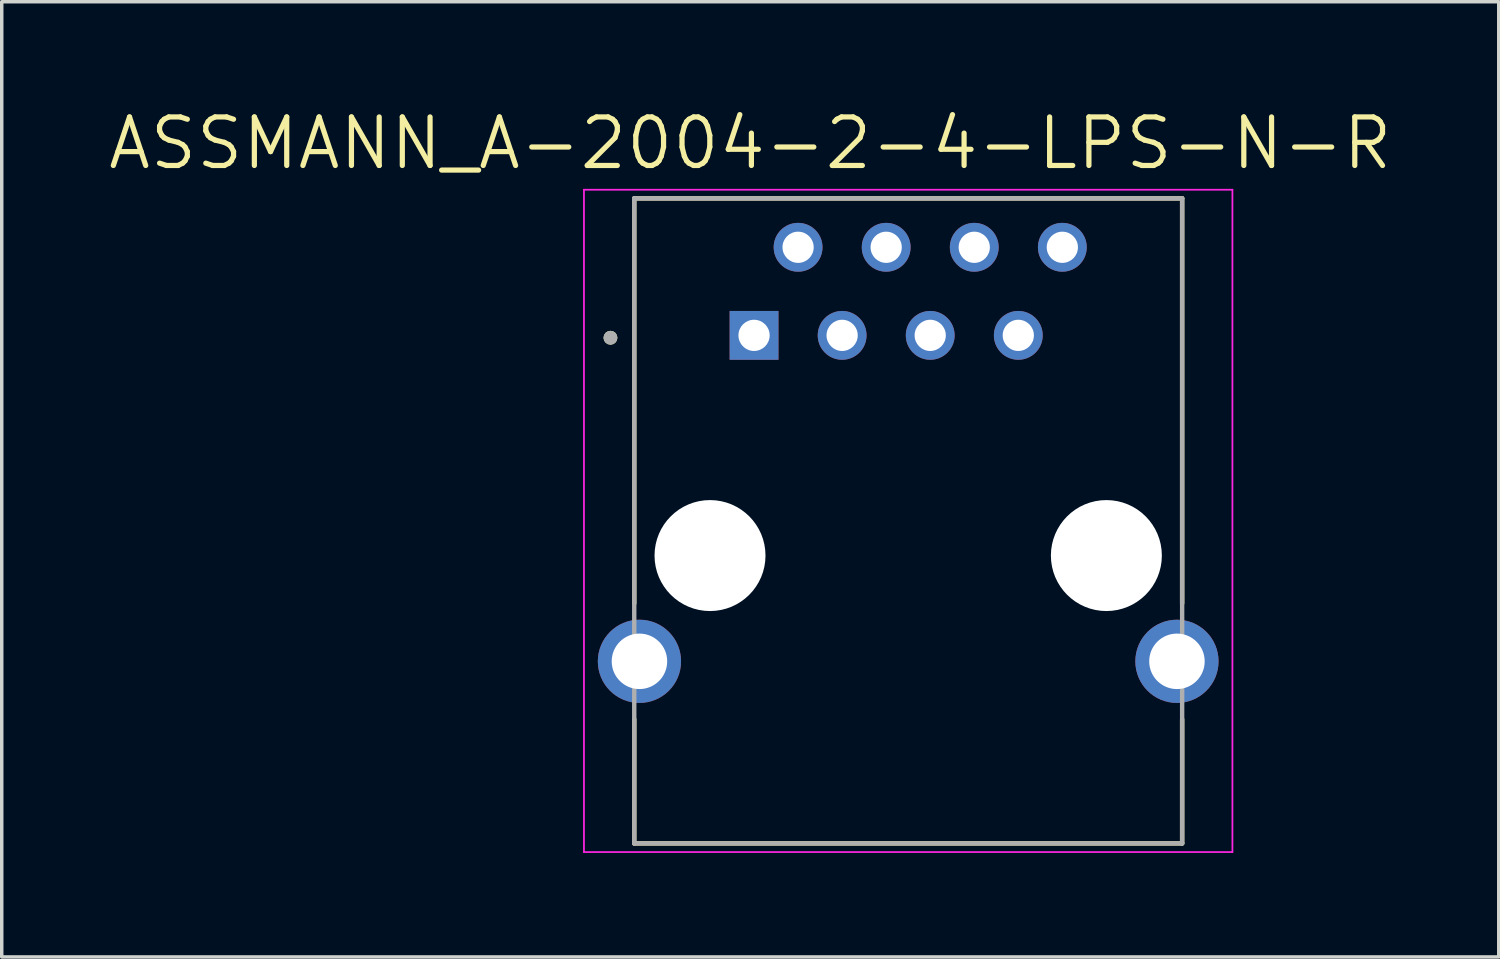
<source format=kicad_pcb>
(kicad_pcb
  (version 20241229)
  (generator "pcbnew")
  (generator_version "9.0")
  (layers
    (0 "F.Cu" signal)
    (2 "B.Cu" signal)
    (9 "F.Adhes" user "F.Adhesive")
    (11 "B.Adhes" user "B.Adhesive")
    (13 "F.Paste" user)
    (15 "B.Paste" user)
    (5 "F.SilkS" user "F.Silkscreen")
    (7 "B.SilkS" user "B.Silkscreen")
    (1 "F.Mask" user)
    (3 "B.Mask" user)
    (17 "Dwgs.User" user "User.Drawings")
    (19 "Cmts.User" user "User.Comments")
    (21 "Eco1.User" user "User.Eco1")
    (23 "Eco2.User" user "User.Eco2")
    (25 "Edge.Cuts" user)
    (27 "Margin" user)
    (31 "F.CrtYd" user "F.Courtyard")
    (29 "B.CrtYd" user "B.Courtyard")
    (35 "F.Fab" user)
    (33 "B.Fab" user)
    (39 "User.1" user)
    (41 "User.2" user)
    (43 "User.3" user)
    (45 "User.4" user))
  (footprint "ASSMANN_A-2004-2-4-LPS-N-R"
    (layer "F.Cu")
    (at 23.14 12.971)
    (property "Reference" "ASSMANN_A-2004-2-4-LPS-N-R" (at -4.555 -11.889 0) (layer "F.SilkS") (effects (font (size 1.4 1.4) (thickness 0.15))))
    (attr through_hole)
    (fp_line (start -7.9 -10.3) (end 7.9 -10.3) (stroke (width 0.127) (type solid)) (layer "F.SilkS"))
    (fp_line (start -7.9 1.38) (end -7.9 -10.3) (stroke (width 0.127) (type solid)) (layer "F.SilkS"))
    (fp_line (start -7.9 8.3) (end -7.9 4.72) (stroke (width 0.127) (type solid)) (layer "F.SilkS"))
    (fp_line (start 7.9 -10.3) (end 7.9 1.38) (stroke (width 0.127) (type solid)) (layer "F.SilkS"))
    (fp_line (start 7.9 4.72) (end 7.9 8.3) (stroke (width 0.127) (type solid)) (layer "F.SilkS"))
    (fp_line (start 7.9 8.3) (end -7.9 8.3) (stroke (width 0.127) (type solid)) (layer "F.SilkS"))
    (fp_circle (center -8.586 -6.281) (end -8.486 -6.281) (stroke (width 0.2) (type solid)) (fill no) (layer "F.SilkS"))
    (fp_line (start -9.35 -10.55) (end -9.35 8.55) (stroke (width 0.05) (type solid)) (layer "F.CrtYd"))
    (fp_line (start -9.35 8.55) (end 9.35 8.55) (stroke (width 0.05) (type solid)) (layer "F.CrtYd"))
    (fp_line (start 9.35 -10.55) (end -9.35 -10.55) (stroke (width 0.05) (type solid)) (layer "F.CrtYd"))
    (fp_line (start 9.35 8.55) (end 9.35 -10.55) (stroke (width 0.05) (type solid)) (layer "F.CrtYd"))
    (fp_line (start -7.9 -10.3) (end 7.9 -10.3) (stroke (width 0.127) (type solid)) (layer "F.Fab"))
    (fp_line (start -7.9 8.3) (end -7.9 -10.3) (stroke (width 0.127) (type solid)) (layer "F.Fab"))
    (fp_line (start 7.9 -10.3) (end 7.9 8.3) (stroke (width 0.127) (type solid)) (layer "F.Fab"))
    (fp_line (start 7.9 8.3) (end -7.9 8.3) (stroke (width 0.127) (type solid)) (layer "F.Fab"))
    (fp_circle (center -8.586 -6.281) (end -8.486 -6.281) (stroke (width 0.2) (type solid)) (fill no) (layer "F.Fab"))
    (pad "" np_thru_hole circle (at -5.715 0) (size 3.2 3.2) (drill 3.2) (layers "*.Cu" "*.Mask"))
    (pad "" np_thru_hole circle (at 5.715 0) (size 3.2 3.2) (drill 3.2) (layers "*.Cu" "*.Mask"))
    (pad "1" thru_hole rect (at -4.445 -6.35) (size 1.408 1.408) (drill 0.9) (layers "*.Cu" "*.Mask"))
    (pad "2" thru_hole circle (at -3.175 -8.89) (size 1.408 1.408) (drill 0.9) (layers "*.Cu" "*.Mask"))
    (pad "3" thru_hole circle (at -1.905 -6.35) (size 1.408 1.408) (drill 0.9) (layers "*.Cu" "*.Mask"))
    (pad "4" thru_hole circle (at -0.635 -8.89) (size 1.408 1.408) (drill 0.9) (layers "*.Cu" "*.Mask"))
    (pad "5" thru_hole circle (at 0.635 -6.35) (size 1.408 1.408) (drill 0.9) (layers "*.Cu" "*.Mask"))
    (pad "6" thru_hole circle (at 1.905 -8.89) (size 1.408 1.408) (drill 0.9) (layers "*.Cu" "*.Mask"))
    (pad "7" thru_hole circle (at 3.175 -6.35) (size 1.408 1.408) (drill 0.9) (layers "*.Cu" "*.Mask"))
    (pad "8" thru_hole circle (at 4.445 -8.89) (size 1.408 1.408) (drill 0.9) (layers "*.Cu" "*.Mask"))
    (pad "SH" thru_hole circle (at -7.75 3.05) (size 2.4 2.4) (drill 1.6) (layers "*.Cu" "*.Mask"))
    (pad "SH" thru_hole circle (at 7.75 3.05) (size 2.4 2.4) (drill 1.6) (layers "*.Cu" "*.Mask")))
  (gr_rect
    (start -3 -3)
    (end 40.17 24.546)
    (stroke (width 0.1) (type default))
    (fill no)
    (layer "Edge.Cuts")))
</source>
